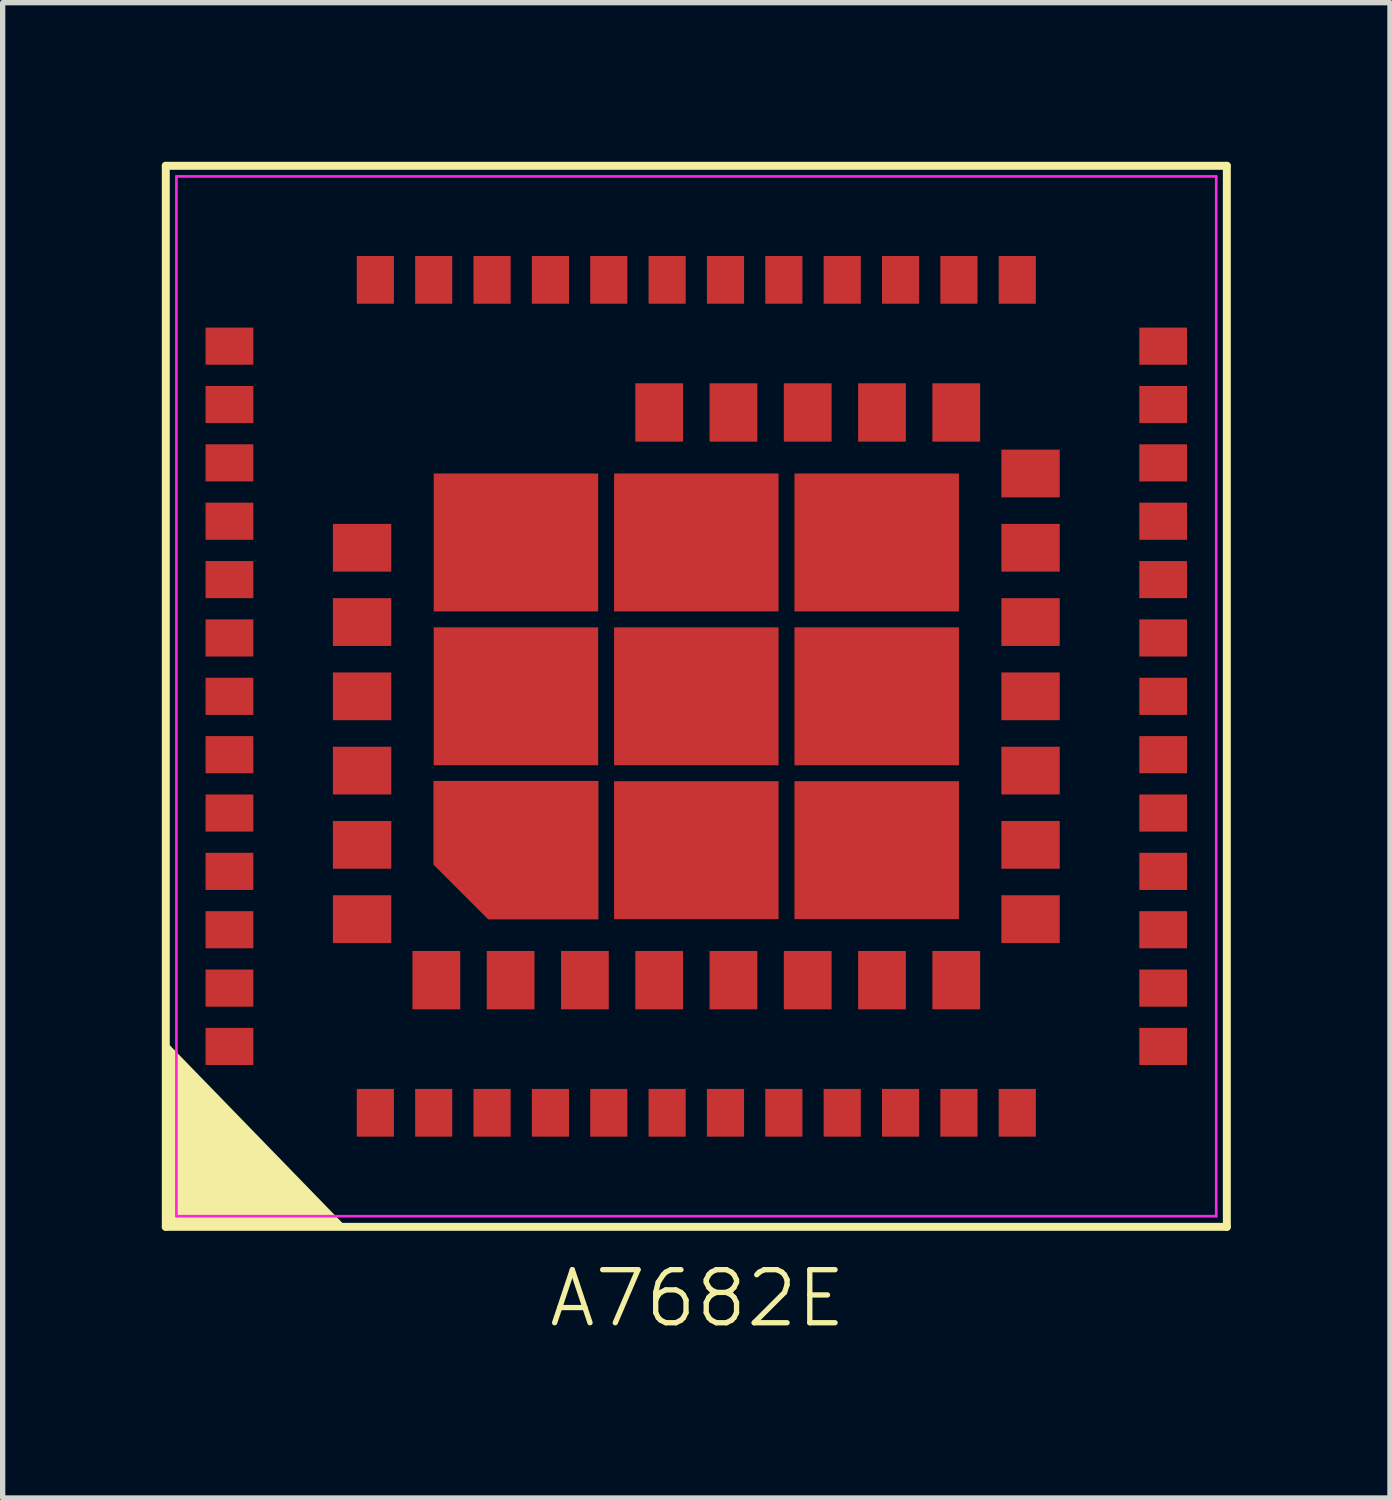
<source format=kicad_pcb>
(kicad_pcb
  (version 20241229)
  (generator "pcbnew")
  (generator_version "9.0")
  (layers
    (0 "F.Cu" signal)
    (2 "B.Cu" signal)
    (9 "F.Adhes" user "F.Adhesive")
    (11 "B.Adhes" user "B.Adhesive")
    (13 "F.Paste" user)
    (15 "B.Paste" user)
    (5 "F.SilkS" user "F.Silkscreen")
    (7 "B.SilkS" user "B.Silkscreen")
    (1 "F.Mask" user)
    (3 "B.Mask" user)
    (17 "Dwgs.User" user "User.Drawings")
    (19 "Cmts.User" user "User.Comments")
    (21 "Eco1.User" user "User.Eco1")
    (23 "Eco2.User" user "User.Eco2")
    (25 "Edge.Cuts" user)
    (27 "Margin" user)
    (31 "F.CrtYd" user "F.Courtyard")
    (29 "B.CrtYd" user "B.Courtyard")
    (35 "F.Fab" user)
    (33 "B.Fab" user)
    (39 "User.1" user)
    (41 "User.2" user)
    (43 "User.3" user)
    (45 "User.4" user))
  (footprint "A7682E"
    (layer "F.Cu")
    (at 10.075 10.075)
    (property "Reference" "A7682E" (at 0.02 11.35 0) (unlocked yes) (layer "F.SilkS") (effects (font (size 1 1) (thickness 0.1))))
    (fp_poly (pts (xy -3.961 4.3) (xy -1.75 4.3) (xy -1.75 1.5) (xy -5.05 1.5) (xy -5.05 3.211)) (stroke (width 0.01) (type solid)) (fill yes) (layer "F.Mask"))
    (fp_line (start -10 -10) (end -10 10) (stroke (width 0.15) (type solid)) (layer "F.SilkS"))
    (fp_line (start -10 10) (end 10 10) (stroke (width 0.15) (type solid)) (layer "F.SilkS"))
    (fp_line (start 10 -10) (end -10 -10) (stroke (width 0.15) (type solid)) (layer "F.SilkS"))
    (fp_line (start 10 10) (end 10 -10) (stroke (width 0.15) (type solid)) (layer "F.SilkS"))
    (fp_poly (pts (xy -10 10) (xy -6.6 10) (xy -10 6.5)) (stroke (width 0) (type default)) (fill yes) (layer "F.SilkS"))
    (fp_rect (start -9.17 -6.87) (end -8.85 -6.33) (stroke (width 0.01) (type solid)) (fill yes) (layer "F.Paste"))
    (fp_rect (start -9.17 -5.77) (end -8.85 -5.23) (stroke (width 0.01) (type solid)) (fill yes) (layer "F.Paste"))
    (fp_rect (start -9.17 -4.67) (end -8.85 -4.13) (stroke (width 0.01) (type solid)) (fill yes) (layer "F.Paste"))
    (fp_rect (start -9.17 -3.57) (end -8.85 -3.03) (stroke (width 0.01) (type solid)) (fill yes) (layer "F.Paste"))
    (fp_rect (start -9.17 -2.47) (end -8.85 -1.93) (stroke (width 0.01) (type solid)) (fill yes) (layer "F.Paste"))
    (fp_rect (start -9.17 -1.37) (end -8.85 -0.83) (stroke (width 0.01) (type solid)) (fill yes) (layer "F.Paste"))
    (fp_rect (start -9.17 -0.27) (end -8.85 0.27) (stroke (width 0.01) (type solid)) (fill yes) (layer "F.Paste"))
    (fp_rect (start -9.17 0.83) (end -8.85 1.37) (stroke (width 0.01) (type solid)) (fill yes) (layer "F.Paste"))
    (fp_rect (start -9.17 1.93) (end -8.85 2.47) (stroke (width 0.01) (type solid)) (fill yes) (layer "F.Paste"))
    (fp_rect (start -9.17 3.03) (end -8.85 3.57) (stroke (width 0.01) (type solid)) (fill yes) (layer "F.Paste"))
    (fp_rect (start -9.17 4.13) (end -8.85 4.67) (stroke (width 0.01) (type solid)) (fill yes) (layer "F.Paste"))
    (fp_rect (start -9.17 5.23) (end -8.85 5.77) (stroke (width 0.01) (type solid)) (fill yes) (layer "F.Paste"))
    (fp_rect (start -9.17 6.33) (end -8.85 6.87) (stroke (width 0.01) (type solid)) (fill yes) (layer "F.Paste"))
    (fp_rect (start -8.75 -6.87) (end -8.43 -6.33) (stroke (width 0.01) (type solid)) (fill yes) (layer "F.Paste"))
    (fp_rect (start -8.75 -5.77) (end -8.43 -5.23) (stroke (width 0.01) (type solid)) (fill yes) (layer "F.Paste"))
    (fp_rect (start -8.75 -4.67) (end -8.43 -4.13) (stroke (width 0.01) (type solid)) (fill yes) (layer "F.Paste"))
    (fp_rect (start -8.75 -3.57) (end -8.43 -3.03) (stroke (width 0.01) (type solid)) (fill yes) (layer "F.Paste"))
    (fp_rect (start -8.75 -2.47) (end -8.43 -1.93) (stroke (width 0.01) (type solid)) (fill yes) (layer "F.Paste"))
    (fp_rect (start -8.75 -1.37) (end -8.43 -0.83) (stroke (width 0.01) (type solid)) (fill yes) (layer "F.Paste"))
    (fp_rect (start -8.75 -0.27) (end -8.43 0.27) (stroke (width 0.01) (type solid)) (fill yes) (layer "F.Paste"))
    (fp_rect (start -8.75 0.83) (end -8.43 1.37) (stroke (width 0.01) (type solid)) (fill yes) (layer "F.Paste"))
    (fp_rect (start -8.75 1.93) (end -8.43 2.47) (stroke (width 0.01) (type solid)) (fill yes) (layer "F.Paste"))
    (fp_rect (start -8.75 3.03) (end -8.43 3.57) (stroke (width 0.01) (type solid)) (fill yes) (layer "F.Paste"))
    (fp_rect (start -8.75 4.13) (end -8.43 4.67) (stroke (width 0.01) (type solid)) (fill yes) (layer "F.Paste"))
    (fp_rect (start -8.75 5.23) (end -8.43 5.77) (stroke (width 0.01) (type solid)) (fill yes) (layer "F.Paste"))
    (fp_rect (start -8.75 6.33) (end -8.43 6.87) (stroke (width 0.01) (type solid)) (fill yes) (layer "F.Paste"))
    (fp_rect (start -6.78 -3.15) (end -6.35 -2.85) (stroke (width 0.01) (type solid)) (fill yes) (layer "F.Paste"))
    (fp_rect (start -6.78 -2.75) (end -6.35 -2.45) (stroke (width 0.01) (type solid)) (fill yes) (layer "F.Paste"))
    (fp_rect (start -6.78 -1.75) (end -6.35 -1.45) (stroke (width 0.01) (type solid)) (fill yes) (layer "F.Paste"))
    (fp_rect (start -6.78 -1.35) (end -6.35 -1.05) (stroke (width 0.01) (type solid)) (fill yes) (layer "F.Paste"))
    (fp_rect (start -6.78 -0.35) (end -6.35 -0.05) (stroke (width 0.01) (type solid)) (fill yes) (layer "F.Paste"))
    (fp_rect (start -6.78 0.05) (end -6.35 0.35) (stroke (width 0.01) (type solid)) (fill yes) (layer "F.Paste"))
    (fp_rect (start -6.78 1.05) (end -6.35 1.35) (stroke (width 0.01) (type solid)) (fill yes) (layer "F.Paste"))
    (fp_rect (start -6.78 1.45) (end -6.35 1.75) (stroke (width 0.01) (type solid)) (fill yes) (layer "F.Paste"))
    (fp_rect (start -6.78 2.45) (end -6.35 2.75) (stroke (width 0.01) (type solid)) (fill yes) (layer "F.Paste"))
    (fp_rect (start -6.78 2.85) (end -6.35 3.15) (stroke (width 0.01) (type solid)) (fill yes) (layer "F.Paste"))
    (fp_rect (start -6.78 3.85) (end -6.35 4.15) (stroke (width 0.01) (type solid)) (fill yes) (layer "F.Paste"))
    (fp_rect (start -6.78 4.25) (end -6.35 4.55) (stroke (width 0.01) (type solid)) (fill yes) (layer "F.Paste"))
    (fp_rect (start -6.32 -8.22) (end -5.78 -7.9) (stroke (width 0.01) (type solid)) (fill yes) (layer "F.Paste"))
    (fp_rect (start -6.32 -7.8) (end -5.78 -7.48) (stroke (width 0.01) (type solid)) (fill yes) (layer "F.Paste"))
    (fp_rect (start -6.32 7.48) (end -5.78 7.8) (stroke (width 0.01) (type solid)) (fill yes) (layer "F.Paste"))
    (fp_rect (start -6.32 7.9) (end -5.78 8.22) (stroke (width 0.01) (type solid)) (fill yes) (layer "F.Paste"))
    (fp_rect (start -6.25 -3.15) (end -5.82 -2.85) (stroke (width 0.01) (type solid)) (fill yes) (layer "F.Paste"))
    (fp_rect (start -6.25 -2.75) (end -5.82 -2.45) (stroke (width 0.01) (type solid)) (fill yes) (layer "F.Paste"))
    (fp_rect (start -6.25 -1.75) (end -5.82 -1.45) (stroke (width 0.01) (type solid)) (fill yes) (layer "F.Paste"))
    (fp_rect (start -6.25 -1.35) (end -5.82 -1.05) (stroke (width 0.01) (type solid)) (fill yes) (layer "F.Paste"))
    (fp_rect (start -6.25 -0.35) (end -5.82 -0.05) (stroke (width 0.01) (type solid)) (fill yes) (layer "F.Paste"))
    (fp_rect (start -6.25 0.05) (end -5.82 0.35) (stroke (width 0.01) (type solid)) (fill yes) (layer "F.Paste"))
    (fp_rect (start -6.25 1.05) (end -5.82 1.35) (stroke (width 0.01) (type solid)) (fill yes) (layer "F.Paste"))
    (fp_rect (start -6.25 1.45) (end -5.82 1.75) (stroke (width 0.01) (type solid)) (fill yes) (layer "F.Paste"))
    (fp_rect (start -6.25 2.45) (end -5.82 2.75) (stroke (width 0.01) (type solid)) (fill yes) (layer "F.Paste"))
    (fp_rect (start -6.25 2.85) (end -5.82 3.15) (stroke (width 0.01) (type solid)) (fill yes) (layer "F.Paste"))
    (fp_rect (start -6.25 3.85) (end -5.82 4.15) (stroke (width 0.01) (type solid)) (fill yes) (layer "F.Paste"))
    (fp_rect (start -6.25 4.25) (end -5.82 4.55) (stroke (width 0.01) (type solid)) (fill yes) (layer "F.Paste"))
    (fp_rect (start -5.25 4.87) (end -4.95 5.3) (stroke (width 0.01) (type solid)) (fill yes) (layer "F.Paste"))
    (fp_rect (start -5.25 5.4) (end -4.95 5.83) (stroke (width 0.01) (type solid)) (fill yes) (layer "F.Paste"))
    (fp_rect (start -5.22 -8.22) (end -4.68 -7.9) (stroke (width 0.01) (type solid)) (fill yes) (layer "F.Paste"))
    (fp_rect (start -5.22 -7.8) (end -4.68 -7.48) (stroke (width 0.01) (type solid)) (fill yes) (layer "F.Paste"))
    (fp_rect (start -5.22 7.48) (end -4.68 7.8) (stroke (width 0.01) (type solid)) (fill yes) (layer "F.Paste"))
    (fp_rect (start -5.22 7.9) (end -4.68 8.22) (stroke (width 0.01) (type solid)) (fill yes) (layer "F.Paste"))
    (fp_rect (start -4.85 4.87) (end -4.55 5.3) (stroke (width 0.01) (type solid)) (fill yes) (layer "F.Paste"))
    (fp_rect (start -4.85 5.4) (end -4.55 5.83) (stroke (width 0.01) (type solid)) (fill yes) (layer "F.Paste"))
    (fp_rect (start -4.65 -3.9) (end -3.7 -3.2) (stroke (width 0.01) (type solid)) (fill yes) (layer "F.Paste"))
    (fp_rect (start -4.65 -2.6) (end -3.7 -1.9) (stroke (width 0.01) (type solid)) (fill yes) (layer "F.Paste"))
    (fp_rect (start -4.65 -1) (end -3.7 -0.3) (stroke (width 0.01) (type solid)) (fill yes) (layer "F.Paste"))
    (fp_rect (start -4.65 0.3) (end -3.7 1) (stroke (width 0.01) (type solid)) (fill yes) (layer "F.Paste"))
    (fp_rect (start -4.65 1.85) (end -3.7 2.55) (stroke (width 0.01) (type solid)) (fill yes) (layer "F.Paste"))
    (fp_rect (start -4.12 -8.22) (end -3.58 -7.9) (stroke (width 0.01) (type solid)) (fill yes) (layer "F.Paste"))
    (fp_rect (start -4.12 -7.8) (end -3.58 -7.48) (stroke (width 0.01) (type solid)) (fill yes) (layer "F.Paste"))
    (fp_rect (start -4.12 7.48) (end -3.58 7.8) (stroke (width 0.01) (type solid)) (fill yes) (layer "F.Paste"))
    (fp_rect (start -4.12 7.9) (end -3.58 8.22) (stroke (width 0.01) (type solid)) (fill yes) (layer "F.Paste"))
    (fp_rect (start -3.85 4.87) (end -3.55 5.3) (stroke (width 0.01) (type solid)) (fill yes) (layer "F.Paste"))
    (fp_rect (start -3.85 5.4) (end -3.55 5.83) (stroke (width 0.01) (type solid)) (fill yes) (layer "F.Paste"))
    (fp_rect (start -3.45 4.87) (end -3.15 5.3) (stroke (width 0.01) (type solid)) (fill yes) (layer "F.Paste"))
    (fp_rect (start -3.45 5.4) (end -3.15 5.83) (stroke (width 0.01) (type solid)) (fill yes) (layer "F.Paste"))
    (fp_rect (start -3.1 -3.9) (end -2.15 -3.2) (stroke (width 0.01) (type solid)) (fill yes) (layer "F.Paste"))
    (fp_rect (start -3.1 -2.6) (end -2.15 -1.9) (stroke (width 0.01) (type solid)) (fill yes) (layer "F.Paste"))
    (fp_rect (start -3.1 -1) (end -2.15 -0.3) (stroke (width 0.01) (type solid)) (fill yes) (layer "F.Paste"))
    (fp_rect (start -3.1 0.3) (end -2.15 1) (stroke (width 0.01) (type solid)) (fill yes) (layer "F.Paste"))
    (fp_rect (start -3.1 1.85) (end -2.15 2.55) (stroke (width 0.01) (type solid)) (fill yes) (layer "F.Paste"))
    (fp_rect (start -3.1 3.15) (end -2.15 3.85) (stroke (width 0.01) (type solid)) (fill yes) (layer "F.Paste"))
    (fp_rect (start -3.02 -8.22) (end -2.48 -7.9) (stroke (width 0.01) (type solid)) (fill yes) (layer "F.Paste"))
    (fp_rect (start -3.02 -7.8) (end -2.48 -7.48) (stroke (width 0.01) (type solid)) (fill yes) (layer "F.Paste"))
    (fp_rect (start -3.02 7.48) (end -2.48 7.8) (stroke (width 0.01) (type solid)) (fill yes) (layer "F.Paste"))
    (fp_rect (start -3.02 7.9) (end -2.48 8.22) (stroke (width 0.01) (type solid)) (fill yes) (layer "F.Paste"))
    (fp_rect (start -2.45 4.87) (end -2.15 5.3) (stroke (width 0.01) (type solid)) (fill yes) (layer "F.Paste"))
    (fp_rect (start -2.45 5.4) (end -2.15 5.83) (stroke (width 0.01) (type solid)) (fill yes) (layer "F.Paste"))
    (fp_rect (start -2.05 4.87) (end -1.75 5.3) (stroke (width 0.01) (type solid)) (fill yes) (layer "F.Paste"))
    (fp_rect (start -2.05 5.4) (end -1.75 5.83) (stroke (width 0.01) (type solid)) (fill yes) (layer "F.Paste"))
    (fp_rect (start -1.92 -8.22) (end -1.38 -7.9) (stroke (width 0.01) (type solid)) (fill yes) (layer "F.Paste"))
    (fp_rect (start -1.92 -7.8) (end -1.38 -7.48) (stroke (width 0.01) (type solid)) (fill yes) (layer "F.Paste"))
    (fp_rect (start -1.92 7.48) (end -1.38 7.8) (stroke (width 0.01) (type solid)) (fill yes) (layer "F.Paste"))
    (fp_rect (start -1.92 7.9) (end -1.38 8.22) (stroke (width 0.01) (type solid)) (fill yes) (layer "F.Paste"))
    (fp_rect (start -1.25 -3.9) (end -0.3 -3.2) (stroke (width 0.01) (type solid)) (fill yes) (layer "F.Paste"))
    (fp_rect (start -1.25 -2.6) (end -0.3 -1.9) (stroke (width 0.01) (type solid)) (fill yes) (layer "F.Paste"))
    (fp_rect (start -1.25 -1) (end -0.3 -0.3) (stroke (width 0.01) (type solid)) (fill yes) (layer "F.Paste"))
    (fp_rect (start -1.25 0.3) (end -0.3 1) (stroke (width 0.01) (type solid)) (fill yes) (layer "F.Paste"))
    (fp_rect (start -1.25 1.9) (end -0.3 2.6) (stroke (width 0.01) (type solid)) (fill yes) (layer "F.Paste"))
    (fp_rect (start -1.25 3.2) (end -0.3 3.9) (stroke (width 0.01) (type solid)) (fill yes) (layer "F.Paste"))
    (fp_rect (start -1.05 -5.83) (end -0.75 -5.4) (stroke (width 0.01) (type solid)) (fill yes) (layer "F.Paste"))
    (fp_rect (start -1.05 -5.3) (end -0.75 -4.87) (stroke (width 0.01) (type solid)) (fill yes) (layer "F.Paste"))
    (fp_rect (start -1.05 4.87) (end -0.75 5.3) (stroke (width 0.01) (type solid)) (fill yes) (layer "F.Paste"))
    (fp_rect (start -1.05 5.4) (end -0.75 5.83) (stroke (width 0.01) (type solid)) (fill yes) (layer "F.Paste"))
    (fp_rect (start -0.82 -8.22) (end -0.28 -7.9) (stroke (width 0.01) (type solid)) (fill yes) (layer "F.Paste"))
    (fp_rect (start -0.82 -7.8) (end -0.28 -7.48) (stroke (width 0.01) (type solid)) (fill yes) (layer "F.Paste"))
    (fp_rect (start -0.82 7.48) (end -0.28 7.8) (stroke (width 0.01) (type solid)) (fill yes) (layer "F.Paste"))
    (fp_rect (start -0.82 7.9) (end -0.28 8.22) (stroke (width 0.01) (type solid)) (fill yes) (layer "F.Paste"))
    (fp_rect (start -0.65 -5.83) (end -0.35 -5.4) (stroke (width 0.01) (type solid)) (fill yes) (layer "F.Paste"))
    (fp_rect (start -0.65 -5.3) (end -0.35 -4.87) (stroke (width 0.01) (type solid)) (fill yes) (layer "F.Paste"))
    (fp_rect (start -0.65 4.87) (end -0.35 5.3) (stroke (width 0.01) (type solid)) (fill yes) (layer "F.Paste"))
    (fp_rect (start -0.65 5.4) (end -0.35 5.83) (stroke (width 0.01) (type solid)) (fill yes) (layer "F.Paste"))
    (fp_rect (start 0.28 -8.22) (end 0.82 -7.9) (stroke (width 0.01) (type solid)) (fill yes) (layer "F.Paste"))
    (fp_rect (start 0.28 -7.8) (end 0.82 -7.48) (stroke (width 0.01) (type solid)) (fill yes) (layer "F.Paste"))
    (fp_rect (start 0.28 7.48) (end 0.82 7.8) (stroke (width 0.01) (type solid)) (fill yes) (layer "F.Paste"))
    (fp_rect (start 0.28 7.9) (end 0.82 8.22) (stroke (width 0.01) (type solid)) (fill yes) (layer "F.Paste"))
    (fp_rect (start 0.3 -3.9) (end 1.25 -3.2) (stroke (width 0.01) (type solid)) (fill yes) (layer "F.Paste"))
    (fp_rect (start 0.3 -2.6) (end 1.25 -1.9) (stroke (width 0.01) (type solid)) (fill yes) (layer "F.Paste"))
    (fp_rect (start 0.3 -1) (end 1.25 -0.3) (stroke (width 0.01) (type solid)) (fill yes) (layer "F.Paste"))
    (fp_rect (start 0.3 0.3) (end 1.25 1) (stroke (width 0.01) (type solid)) (fill yes) (layer "F.Paste"))
    (fp_rect (start 0.3 1.9) (end 1.25 2.6) (stroke (width 0.01) (type solid)) (fill yes) (layer "F.Paste"))
    (fp_rect (start 0.3 3.2) (end 1.25 3.9) (stroke (width 0.01) (type solid)) (fill yes) (layer "F.Paste"))
    (fp_rect (start 0.35 -5.83) (end 0.65 -5.4) (stroke (width 0.01) (type solid)) (fill yes) (layer "F.Paste"))
    (fp_rect (start 0.35 -5.3) (end 0.65 -4.87) (stroke (width 0.01) (type solid)) (fill yes) (layer "F.Paste"))
    (fp_rect (start 0.35 4.87) (end 0.65 5.3) (stroke (width 0.01) (type solid)) (fill yes) (layer "F.Paste"))
    (fp_rect (start 0.35 5.4) (end 0.65 5.83) (stroke (width 0.01) (type solid)) (fill yes) (layer "F.Paste"))
    (fp_rect (start 0.75 -5.83) (end 1.05 -5.4) (stroke (width 0.01) (type solid)) (fill yes) (layer "F.Paste"))
    (fp_rect (start 0.75 -5.3) (end 1.05 -4.87) (stroke (width 0.01) (type solid)) (fill yes) (layer "F.Paste"))
    (fp_rect (start 0.75 4.87) (end 1.05 5.3) (stroke (width 0.01) (type solid)) (fill yes) (layer "F.Paste"))
    (fp_rect (start 0.75 5.4) (end 1.05 5.83) (stroke (width 0.01) (type solid)) (fill yes) (layer "F.Paste"))
    (fp_rect (start 1.38 -8.22) (end 1.92 -7.9) (stroke (width 0.01) (type solid)) (fill yes) (layer "F.Paste"))
    (fp_rect (start 1.38 -7.8) (end 1.92 -7.48) (stroke (width 0.01) (type solid)) (fill yes) (layer "F.Paste"))
    (fp_rect (start 1.38 7.48) (end 1.92 7.8) (stroke (width 0.01) (type solid)) (fill yes) (layer "F.Paste"))
    (fp_rect (start 1.38 7.9) (end 1.92 8.22) (stroke (width 0.01) (type solid)) (fill yes) (layer "F.Paste"))
    (fp_rect (start 1.75 -5.83) (end 2.05 -5.4) (stroke (width 0.01) (type solid)) (fill yes) (layer "F.Paste"))
    (fp_rect (start 1.75 -5.3) (end 2.05 -4.87) (stroke (width 0.01) (type solid)) (fill yes) (layer "F.Paste"))
    (fp_rect (start 1.75 4.87) (end 2.05 5.3) (stroke (width 0.01) (type solid)) (fill yes) (layer "F.Paste"))
    (fp_rect (start 1.75 5.4) (end 2.05 5.83) (stroke (width 0.01) (type solid)) (fill yes) (layer "F.Paste"))
    (fp_rect (start 2.15 -5.83) (end 2.45 -5.4) (stroke (width 0.01) (type solid)) (fill yes) (layer "F.Paste"))
    (fp_rect (start 2.15 -5.3) (end 2.45 -4.87) (stroke (width 0.01) (type solid)) (fill yes) (layer "F.Paste"))
    (fp_rect (start 2.15 -3.9) (end 3.1 -3.2) (stroke (width 0.01) (type solid)) (fill yes) (layer "F.Paste"))
    (fp_rect (start 2.15 -2.6) (end 3.1 -1.9) (stroke (width 0.01) (type solid)) (fill yes) (layer "F.Paste"))
    (fp_rect (start 2.15 -1) (end 3.1 -0.3) (stroke (width 0.01) (type solid)) (fill yes) (layer "F.Paste"))
    (fp_rect (start 2.15 0.3) (end 3.1 1) (stroke (width 0.01) (type solid)) (fill yes) (layer "F.Paste"))
    (fp_rect (start 2.15 1.9) (end 3.1 2.6) (stroke (width 0.01) (type solid)) (fill yes) (layer "F.Paste"))
    (fp_rect (start 2.15 3.2) (end 3.1 3.9) (stroke (width 0.01) (type solid)) (fill yes) (layer "F.Paste"))
    (fp_rect (start 2.15 4.87) (end 2.45 5.3) (stroke (width 0.01) (type solid)) (fill yes) (layer "F.Paste"))
    (fp_rect (start 2.15 5.4) (end 2.45 5.83) (stroke (width 0.01) (type solid)) (fill yes) (layer "F.Paste"))
    (fp_rect (start 2.48 -8.22) (end 3.02 -7.9) (stroke (width 0.01) (type solid)) (fill yes) (layer "F.Paste"))
    (fp_rect (start 2.48 -7.8) (end 3.02 -7.48) (stroke (width 0.01) (type solid)) (fill yes) (layer "F.Paste"))
    (fp_rect (start 2.48 7.48) (end 3.02 7.8) (stroke (width 0.01) (type solid)) (fill yes) (layer "F.Paste"))
    (fp_rect (start 2.48 7.9) (end 3.02 8.22) (stroke (width 0.01) (type solid)) (fill yes) (layer "F.Paste"))
    (fp_rect (start 3.15 -5.83) (end 3.45 -5.4) (stroke (width 0.01) (type solid)) (fill yes) (layer "F.Paste"))
    (fp_rect (start 3.15 -5.3) (end 3.45 -4.87) (stroke (width 0.01) (type solid)) (fill yes) (layer "F.Paste"))
    (fp_rect (start 3.15 4.87) (end 3.45 5.3) (stroke (width 0.01) (type solid)) (fill yes) (layer "F.Paste"))
    (fp_rect (start 3.15 5.4) (end 3.45 5.83) (stroke (width 0.01) (type solid)) (fill yes) (layer "F.Paste"))
    (fp_rect (start 3.55 -5.83) (end 3.85 -5.4) (stroke (width 0.01) (type solid)) (fill yes) (layer "F.Paste"))
    (fp_rect (start 3.55 -5.3) (end 3.85 -4.87) (stroke (width 0.01) (type solid)) (fill yes) (layer "F.Paste"))
    (fp_rect (start 3.55 4.87) (end 3.85 5.3) (stroke (width 0.01) (type solid)) (fill yes) (layer "F.Paste"))
    (fp_rect (start 3.55 5.4) (end 3.85 5.83) (stroke (width 0.01) (type solid)) (fill yes) (layer "F.Paste"))
    (fp_rect (start 3.58 -8.22) (end 4.12 -7.9) (stroke (width 0.01) (type solid)) (fill yes) (layer "F.Paste"))
    (fp_rect (start 3.58 -7.8) (end 4.12 -7.48) (stroke (width 0.01) (type solid)) (fill yes) (layer "F.Paste"))
    (fp_rect (start 3.58 7.48) (end 4.12 7.8) (stroke (width 0.01) (type solid)) (fill yes) (layer "F.Paste"))
    (fp_rect (start 3.58 7.9) (end 4.12 8.22) (stroke (width 0.01) (type solid)) (fill yes) (layer "F.Paste"))
    (fp_rect (start 3.7 -3.9) (end 4.65 -3.2) (stroke (width 0.01) (type solid)) (fill yes) (layer "F.Paste"))
    (fp_rect (start 3.7 -2.6) (end 4.65 -1.9) (stroke (width 0.01) (type solid)) (fill yes) (layer "F.Paste"))
    (fp_rect (start 3.7 -1) (end 4.65 -0.3) (stroke (width 0.01) (type solid)) (fill yes) (layer "F.Paste"))
    (fp_rect (start 3.7 0.3) (end 4.65 1) (stroke (width 0.01) (type solid)) (fill yes) (layer "F.Paste"))
    (fp_rect (start 3.7 1.9) (end 4.65 2.6) (stroke (width 0.01) (type solid)) (fill yes) (layer "F.Paste"))
    (fp_rect (start 3.7 3.2) (end 4.65 3.9) (stroke (width 0.01) (type solid)) (fill yes) (layer "F.Paste"))
    (fp_rect (start 4.55 -5.83) (end 4.85 -5.4) (stroke (width 0.01) (type solid)) (fill yes) (layer "F.Paste"))
    (fp_rect (start 4.55 -5.3) (end 4.85 -4.87) (stroke (width 0.01) (type solid)) (fill yes) (layer "F.Paste"))
    (fp_rect (start 4.55 4.87) (end 4.85 5.3) (stroke (width 0.01) (type solid)) (fill yes) (layer "F.Paste"))
    (fp_rect (start 4.55 5.4) (end 4.85 5.83) (stroke (width 0.01) (type solid)) (fill yes) (layer "F.Paste"))
    (fp_rect (start 4.68 -8.22) (end 5.22 -7.9) (stroke (width 0.01) (type solid)) (fill yes) (layer "F.Paste"))
    (fp_rect (start 4.68 -7.8) (end 5.22 -7.48) (stroke (width 0.01) (type solid)) (fill yes) (layer "F.Paste"))
    (fp_rect (start 4.68 7.48) (end 5.22 7.8) (stroke (width 0.01) (type solid)) (fill yes) (layer "F.Paste"))
    (fp_rect (start 4.68 7.9) (end 5.22 8.22) (stroke (width 0.01) (type solid)) (fill yes) (layer "F.Paste"))
    (fp_rect (start 4.95 -5.83) (end 5.25 -5.4) (stroke (width 0.01) (type solid)) (fill yes) (layer "F.Paste"))
    (fp_rect (start 4.95 -5.3) (end 5.25 -4.87) (stroke (width 0.01) (type solid)) (fill yes) (layer "F.Paste"))
    (fp_rect (start 4.95 4.87) (end 5.25 5.3) (stroke (width 0.01) (type solid)) (fill yes) (layer "F.Paste"))
    (fp_rect (start 4.95 5.4) (end 5.25 5.83) (stroke (width 0.01) (type solid)) (fill yes) (layer "F.Paste"))
    (fp_rect (start 5.78 -8.22) (end 6.32 -7.9) (stroke (width 0.01) (type solid)) (fill yes) (layer "F.Paste"))
    (fp_rect (start 5.78 -7.8) (end 6.32 -7.48) (stroke (width 0.01) (type solid)) (fill yes) (layer "F.Paste"))
    (fp_rect (start 5.78 7.48) (end 6.32 7.8) (stroke (width 0.01) (type solid)) (fill yes) (layer "F.Paste"))
    (fp_rect (start 5.78 7.9) (end 6.32 8.22) (stroke (width 0.01) (type solid)) (fill yes) (layer "F.Paste"))
    (fp_rect (start 5.82 -4.55) (end 6.25 -4.25) (stroke (width 0.01) (type solid)) (fill yes) (layer "F.Paste"))
    (fp_rect (start 5.82 -4.15) (end 6.25 -3.85) (stroke (width 0.01) (type solid)) (fill yes) (layer "F.Paste"))
    (fp_rect (start 5.82 -3.15) (end 6.25 -2.85) (stroke (width 0.01) (type solid)) (fill yes) (layer "F.Paste"))
    (fp_rect (start 5.82 -2.75) (end 6.25 -2.45) (stroke (width 0.01) (type solid)) (fill yes) (layer "F.Paste"))
    (fp_rect (start 5.82 -1.75) (end 6.25 -1.45) (stroke (width 0.01) (type solid)) (fill yes) (layer "F.Paste"))
    (fp_rect (start 5.82 -1.35) (end 6.25 -1.05) (stroke (width 0.01) (type solid)) (fill yes) (layer "F.Paste"))
    (fp_rect (start 5.82 -0.35) (end 6.25 -0.05) (stroke (width 0.01) (type solid)) (fill yes) (layer "F.Paste"))
    (fp_rect (start 5.82 0.05) (end 6.25 0.35) (stroke (width 0.01) (type solid)) (fill yes) (layer "F.Paste"))
    (fp_rect (start 5.82 1.05) (end 6.25 1.35) (stroke (width 0.01) (type solid)) (fill yes) (layer "F.Paste"))
    (fp_rect (start 5.82 1.45) (end 6.25 1.75) (stroke (width 0.01) (type solid)) (fill yes) (layer "F.Paste"))
    (fp_rect (start 5.82 2.45) (end 6.25 2.75) (stroke (width 0.01) (type solid)) (fill yes) (layer "F.Paste"))
    (fp_rect (start 5.82 2.85) (end 6.25 3.15) (stroke (width 0.01) (type solid)) (fill yes) (layer "F.Paste"))
    (fp_rect (start 5.82 3.85) (end 6.25 4.15) (stroke (width 0.01) (type solid)) (fill yes) (layer "F.Paste"))
    (fp_rect (start 5.82 4.25) (end 6.25 4.55) (stroke (width 0.01) (type solid)) (fill yes) (layer "F.Paste"))
    (fp_rect (start 6.35 -4.55) (end 6.78 -4.25) (stroke (width 0.01) (type solid)) (fill yes) (layer "F.Paste"))
    (fp_rect (start 6.35 -4.15) (end 6.78 -3.85) (stroke (width 0.01) (type solid)) (fill yes) (layer "F.Paste"))
    (fp_rect (start 6.35 -3.15) (end 6.78 -2.85) (stroke (width 0.01) (type solid)) (fill yes) (layer "F.Paste"))
    (fp_rect (start 6.35 -2.75) (end 6.78 -2.45) (stroke (width 0.01) (type solid)) (fill yes) (layer "F.Paste"))
    (fp_rect (start 6.35 -1.75) (end 6.78 -1.45) (stroke (width 0.01) (type solid)) (fill yes) (layer "F.Paste"))
    (fp_rect (start 6.35 -1.35) (end 6.78 -1.05) (stroke (width 0.01) (type solid)) (fill yes) (layer "F.Paste"))
    (fp_rect (start 6.35 -0.35) (end 6.78 -0.05) (stroke (width 0.01) (type solid)) (fill yes) (layer "F.Paste"))
    (fp_rect (start 6.35 0.05) (end 6.78 0.35) (stroke (width 0.01) (type solid)) (fill yes) (layer "F.Paste"))
    (fp_rect (start 6.35 1.05) (end 6.78 1.35) (stroke (width 0.01) (type solid)) (fill yes) (layer "F.Paste"))
    (fp_rect (start 6.35 1.45) (end 6.78 1.75) (stroke (width 0.01) (type solid)) (fill yes) (layer "F.Paste"))
    (fp_rect (start 6.35 2.45) (end 6.78 2.75) (stroke (width 0.01) (type solid)) (fill yes) (layer "F.Paste"))
    (fp_rect (start 6.35 2.85) (end 6.78 3.15) (stroke (width 0.01) (type solid)) (fill yes) (layer "F.Paste"))
    (fp_rect (start 6.35 3.85) (end 6.78 4.15) (stroke (width 0.01) (type solid)) (fill yes) (layer "F.Paste"))
    (fp_rect (start 6.35 4.25) (end 6.78 4.55) (stroke (width 0.01) (type solid)) (fill yes) (layer "F.Paste"))
    (fp_rect (start 8.43 -6.87) (end 8.75 -6.33) (stroke (width 0.01) (type solid)) (fill yes) (layer "F.Paste"))
    (fp_rect (start 8.43 -5.77) (end 8.75 -5.23) (stroke (width 0.01) (type solid)) (fill yes) (layer "F.Paste"))
    (fp_rect (start 8.43 -4.67) (end 8.75 -4.13) (stroke (width 0.01) (type solid)) (fill yes) (layer "F.Paste"))
    (fp_rect (start 8.43 -3.57) (end 8.75 -3.03) (stroke (width 0.01) (type solid)) (fill yes) (layer "F.Paste"))
    (fp_rect (start 8.43 -2.47) (end 8.75 -1.93) (stroke (width 0.01) (type solid)) (fill yes) (layer "F.Paste"))
    (fp_rect (start 8.43 -1.37) (end 8.75 -0.83) (stroke (width 0.01) (type solid)) (fill yes) (layer "F.Paste"))
    (fp_rect (start 8.43 -0.27) (end 8.75 0.27) (stroke (width 0.01) (type solid)) (fill yes) (layer "F.Paste"))
    (fp_rect (start 8.43 0.83) (end 8.75 1.37) (stroke (width 0.01) (type solid)) (fill yes) (layer "F.Paste"))
    (fp_rect (start 8.43 1.93) (end 8.75 2.47) (stroke (width 0.01) (type solid)) (fill yes) (layer "F.Paste"))
    (fp_rect (start 8.43 3.03) (end 8.75 3.57) (stroke (width 0.01) (type solid)) (fill yes) (layer "F.Paste"))
    (fp_rect (start 8.43 4.13) (end 8.75 4.67) (stroke (width 0.01) (type solid)) (fill yes) (layer "F.Paste"))
    (fp_rect (start 8.43 5.23) (end 8.75 5.77) (stroke (width 0.01) (type solid)) (fill yes) (layer "F.Paste"))
    (fp_rect (start 8.43 6.33) (end 8.75 6.87) (stroke (width 0.01) (type solid)) (fill yes) (layer "F.Paste"))
    (fp_rect (start 8.85 -6.87) (end 9.17 -6.33) (stroke (width 0.01) (type solid)) (fill yes) (layer "F.Paste"))
    (fp_rect (start 8.85 -5.77) (end 9.17 -5.23) (stroke (width 0.01) (type solid)) (fill yes) (layer "F.Paste"))
    (fp_rect (start 8.85 -4.67) (end 9.17 -4.13) (stroke (width 0.01) (type solid)) (fill yes) (layer "F.Paste"))
    (fp_rect (start 8.85 -3.57) (end 9.17 -3.03) (stroke (width 0.01) (type solid)) (fill yes) (layer "F.Paste"))
    (fp_rect (start 8.85 -2.47) (end 9.17 -1.93) (stroke (width 0.01) (type solid)) (fill yes) (layer "F.Paste"))
    (fp_rect (start 8.85 -1.37) (end 9.17 -0.83) (stroke (width 0.01) (type solid)) (fill yes) (layer "F.Paste"))
    (fp_rect (start 8.85 -0.27) (end 9.17 0.27) (stroke (width 0.01) (type solid)) (fill yes) (layer "F.Paste"))
    (fp_rect (start 8.85 0.83) (end 9.17 1.37) (stroke (width 0.01) (type solid)) (fill yes) (layer "F.Paste"))
    (fp_rect (start 8.85 1.93) (end 9.17 2.47) (stroke (width 0.01) (type solid)) (fill yes) (layer "F.Paste"))
    (fp_rect (start 8.85 3.03) (end 9.17 3.57) (stroke (width 0.01) (type solid)) (fill yes) (layer "F.Paste"))
    (fp_rect (start 8.85 4.13) (end 9.17 4.67) (stroke (width 0.01) (type solid)) (fill yes) (layer "F.Paste"))
    (fp_rect (start 8.85 5.23) (end 9.17 5.77) (stroke (width 0.01) (type solid)) (fill yes) (layer "F.Paste"))
    (fp_rect (start 8.85 6.33) (end 9.17 6.87) (stroke (width 0.01) (type solid)) (fill yes) (layer "F.Paste"))
    (fp_poly (pts (xy -3.95 3.85) (xy -3.7 3.85) (xy -3.7 3.15) (xy -4.65 3.15)) (stroke (width 0.01) (type solid)) (fill yes) (layer "F.Paste"))
    (fp_line (start -9.8 -9.8) (end -9.8 9.8) (stroke (width 0.05) (type solid)) (layer "F.CrtYd"))
    (fp_line (start -9.8 9.8) (end 9.8 9.8) (stroke (width 0.05) (type solid)) (layer "F.CrtYd"))
    (fp_line (start 9.8 -9.8) (end -9.8 -9.8) (stroke (width 0.05) (type solid)) (layer "F.CrtYd"))
    (fp_line (start 9.8 9.8) (end 9.8 -9.8) (stroke (width 0.05) (type solid)) (layer "F.CrtYd"))
    (pad "1" smd rect (at -6.05 7.85 90) (size 0.9 0.7) (layers "F.Cu" "F.Mask"))
    (pad "2" smd rect (at -4.95 7.85 90) (size 0.9 0.7) (layers "F.Cu" "F.Mask"))
    (pad "3" smd rect (at -3.85 7.85 90) (size 0.9 0.7) (layers "F.Cu" "F.Mask"))
    (pad "4" smd rect (at -2.75 7.85 90) (size 0.9 0.7) (layers "F.Cu" "F.Mask"))
    (pad "5" smd rect (at -1.65 7.85 90) (size 0.9 0.7) (layers "F.Cu" "F.Mask"))
    (pad "6" smd rect (at -0.55 7.85 90) (size 0.9 0.7) (layers "F.Cu" "F.Mask"))
    (pad "7" smd rect (at 0.55 7.85 90) (size 0.9 0.7) (layers "F.Cu" "F.Mask"))
    (pad "8" smd rect (at 1.65 7.85 90) (size 0.9 0.7) (layers "F.Cu" "F.Mask"))
    (pad "9" smd rect (at 2.75 7.85 90) (size 0.9 0.7) (layers "F.Cu" "F.Mask"))
    (pad "10" smd rect (at 3.85 7.85 90) (size 0.9 0.7) (layers "F.Cu" "F.Mask"))
    (pad "11" smd rect (at 4.95 7.85 90) (size 0.9 0.7) (layers "F.Cu" "F.Mask"))
    (pad "12" smd rect (at 6.05 7.85 90) (size 0.9 0.7) (layers "F.Cu" "F.Mask"))
    (pad "13" smd rect (at 8.8 4.4 90) (size 0.7 0.9) (layers "F.Cu" "F.Mask"))
    (pad "14" smd rect (at 8.8 3.3 90) (size 0.7 0.9) (layers "F.Cu" "F.Mask"))
    (pad "15" smd rect (at 8.8 2.2 90) (size 0.7 0.9) (layers "F.Cu" "F.Mask"))
    (pad "16" smd rect (at 8.8 1.1 90) (size 0.7 0.9) (layers "F.Cu" "F.Mask"))
    (pad "17" smd rect (at 8.8 0 90) (size 0.7 0.9) (layers "F.Cu" "F.Mask"))
    (pad "18" smd rect (at 8.8 -1.1 90) (size 0.7 0.9) (layers "F.Cu" "F.Mask"))
    (pad "19" smd rect (at 8.8 -2.2 90) (size 0.7 0.9) (layers "F.Cu" "F.Mask"))
    (pad "20" smd rect (at 8.8 -3.3 90) (size 0.7 0.9) (layers "F.Cu" "F.Mask"))
    (pad "21" smd rect (at 8.8 -4.4 90) (size 0.7 0.9) (layers "F.Cu" "F.Mask"))
    (pad "22" smd rect (at 6.05 -7.85 90) (size 0.9 0.7) (layers "F.Cu" "F.Mask"))
    (pad "23" smd rect (at 4.95 -7.85 90) (size 0.9 0.7) (layers "F.Cu" "F.Mask"))
    (pad "24" smd rect (at 3.85 -7.85 90) (size 0.9 0.7) (layers "F.Cu" "F.Mask"))
    (pad "25" smd rect (at 2.75 -7.85 90) (size 0.9 0.7) (layers "F.Cu" "F.Mask"))
    (pad "26" smd rect (at 1.65 -7.85 90) (size 0.9 0.7) (layers "F.Cu" "F.Mask"))
    (pad "27" smd rect (at 0.55 -7.85 90) (size 0.9 0.7) (layers "F.Cu" "F.Mask"))
    (pad "28" smd rect (at -0.55 -7.85 90) (size 0.9 0.7) (layers "F.Cu" "F.Mask"))
    (pad "29" smd rect (at -1.65 -7.85 90) (size 0.9 0.7) (layers "F.Cu" "F.Mask"))
    (pad "30" smd rect (at -2.75 -7.85 90) (size 0.9 0.7) (layers "F.Cu" "F.Mask"))
    (pad "31" smd rect (at -3.85 -7.85 90) (size 0.9 0.7) (layers "F.Cu" "F.Mask"))
    (pad "32" smd rect (at -4.95 -7.85 90) (size 0.9 0.7) (layers "F.Cu" "F.Mask"))
    (pad "33" smd rect (at -6.05 -7.85 90) (size 0.9 0.7) (layers "F.Cu" "F.Mask"))
    (pad "34" smd rect (at -8.8 -4.4 90) (size 0.7 0.9) (layers "F.Cu" "F.Mask"))
    (pad "35" smd rect (at -8.8 -3.3 90) (size 0.7 0.9) (layers "F.Cu" "F.Mask"))
    (pad "36" smd rect (at -8.8 -2.2 90) (size 0.7 0.9) (layers "F.Cu" "F.Mask"))
    (pad "37" smd rect (at -8.8 -1.1 90) (size 0.7 0.9) (layers "F.Cu" "F.Mask"))
    (pad "38" smd rect (at -8.8 0 90) (size 0.7 0.9) (layers "F.Cu" "F.Mask"))
    (pad "39" smd rect (at -8.8 1.1 90) (size 0.7 0.9) (layers "F.Cu" "F.Mask"))
    (pad "40" smd rect (at -8.8 2.2 90) (size 0.7 0.9) (layers "F.Cu" "F.Mask"))
    (pad "41" smd rect (at -8.8 3.3 90) (size 0.7 0.9) (layers "F.Cu" "F.Mask"))
    (pad "42" smd rect (at -8.8 4.4 90) (size 0.7 0.9) (layers "F.Cu" "F.Mask"))
    (pad "43" smd rect (at -4.9 5.35 90) (size 1.1 0.9) (layers "F.Cu" "F.Mask"))
    (pad "44" smd rect (at -3.5 5.35 90) (size 1.1 0.9) (layers "F.Cu" "F.Mask"))
    (pad "45" smd rect (at -2.1 5.35 90) (size 1.1 0.9) (layers "F.Cu" "F.Mask"))
    (pad "46" smd rect (at -0.7 5.35 90) (size 1.1 0.9) (layers "F.Cu" "F.Mask"))
    (pad "47" smd rect (at 0.7 5.35 90) (size 1.1 0.9) (layers "F.Cu" "F.Mask"))
    (pad "48" smd rect (at 2.1 5.35 90) (size 1.1 0.9) (layers "F.Cu" "F.Mask"))
    (pad "49" smd rect (at 3.5 5.35 90) (size 1.1 0.9) (layers "F.Cu" "F.Mask"))
    (pad "50" smd rect (at 4.9 5.35 90) (size 1.1 0.9) (layers "F.Cu" "F.Mask"))
    (pad "51" smd rect (at 6.3 4.2 90) (size 0.9 1.1) (layers "F.Cu" "F.Mask"))
    (pad "52" smd rect (at 6.3 2.8 90) (size 0.9 1.1) (layers "F.Cu" "F.Mask"))
    (pad "53" smd rect (at 6.3 1.4 90) (size 0.9 1.1) (layers "F.Cu" "F.Mask"))
    (pad "54" smd rect (at 6.3 0 90) (size 0.9 1.1) (layers "F.Cu" "F.Mask"))
    (pad "55" smd rect (at 6.3 -1.4 90) (size 0.9 1.1) (layers "F.Cu" "F.Mask"))
    (pad "56" smd rect (at 6.3 -2.8 90) (size 0.9 1.1) (layers "F.Cu" "F.Mask"))
    (pad "57" smd rect (at 6.3 -4.2 90) (size 0.9 1.1) (layers "F.Cu" "F.Mask"))
    (pad "58" smd rect (at 4.9 -5.35 90) (size 1.1 0.9) (layers "F.Cu" "F.Mask"))
    (pad "59" smd rect (at 3.5 -5.35 90) (size 1.1 0.9) (layers "F.Cu" "F.Mask"))
    (pad "60" smd rect (at 2.1 -5.35 90) (size 1.1 0.9) (layers "F.Cu" "F.Mask"))
    (pad "61" smd rect (at 0.7 -5.35 90) (size 1.1 0.9) (layers "F.Cu" "F.Mask"))
    (pad "62" smd rect (at -0.7 -5.35 90) (size 1.1 0.9) (layers "F.Cu" "F.Mask"))
    (pad "63" smd rect (at -6.3 -2.8 90) (size 0.9 1.1) (layers "F.Cu" "F.Mask"))
    (pad "64" smd rect (at -6.3 -1.4 90) (size 0.9 1.1) (layers "F.Cu" "F.Mask"))
    (pad "65" smd rect (at -6.3 0 90) (size 0.9 1.1) (layers "F.Cu" "F.Mask"))
    (pad "66" smd rect (at -6.3 1.4 90) (size 0.9 1.1) (layers "F.Cu" "F.Mask"))
    (pad "67" smd rect (at -6.3 2.8 90) (size 0.9 1.1) (layers "F.Cu" "F.Mask"))
    (pad "68" smd rect (at -6.3 4.2 90) (size 0.9 1.1) (layers "F.Cu" "F.Mask"))
    (pad "69" smd custom (at -3.4 2.9 90) (size 1.5 2) (layers "F.Cu") (options (anchor rect)) (primitives (gr_poly (pts (xy -1.3 -0.52) (xy -1.3 1.55) (xy 1.3 1.55) (xy 1.3 -1.55) (xy -0.27 -1.55)) (width 0.01) (fill yes))))
    (pad "70" smd rect (at 0 2.9 90) (size 2.6 3.1) (layers "F.Cu" "F.Mask"))
    (pad "71" smd rect (at 3.4 2.9 90) (size 2.6 3.1) (layers "F.Cu" "F.Mask"))
    (pad "72" smd rect (at 3.4 0 90) (size 2.6 3.1) (layers "F.Cu" "F.Mask"))
    (pad "73" smd rect (at 3.4 -2.9 90) (size 2.6 3.1) (layers "F.Cu" "F.Mask"))
    (pad "74" smd rect (at 0 -2.9 90) (size 2.6 3.1) (layers "F.Cu" "F.Mask"))
    (pad "75" smd rect (at -3.4 -2.9 90) (size 2.6 3.1) (layers "F.Cu" "F.Mask"))
    (pad "76" smd rect (at -3.4 0 90) (size 2.6 3.1) (layers "F.Cu" "F.Mask"))
    (pad "77" smd rect (at 0 0 90) (size 2.6 3.1) (layers "F.Cu" "F.Mask"))
    (pad "78" smd rect (at 8.8 6.6 90) (size 0.7 0.9) (layers "F.Cu" "F.Mask"))
    (pad "79" smd rect (at 8.8 5.5 90) (size 0.7 0.9) (layers "F.Cu" "F.Mask"))
    (pad "80" smd rect (at 8.8 -6.6 90) (size 0.7 0.9) (layers "F.Cu" "F.Mask"))
    (pad "81" smd rect (at 8.8 -5.5 90) (size 0.7 0.9) (layers "F.Cu" "F.Mask"))
    (pad "82" smd rect (at -8.8 -6.6 90) (size 0.7 0.9) (layers "F.Cu" "F.Mask"))
    (pad "83" smd rect (at -8.8 -5.5 90) (size 0.7 0.9) (layers "F.Cu" "F.Mask"))
    (pad "84" smd rect (at -8.8 5.5 90) (size 0.7 0.9) (layers "F.Cu" "F.Mask"))
    (pad "85" smd rect (at -8.8 6.6 90) (size 0.7 0.9) (layers "F.Cu" "F.Mask"))
    (zone (net_name "") (layer "F.Cu") (hatch full 0.508) (connect_pads) (min_thickness 0.01) (filled_areas_thickness no) (keepout (tracks not_allowed) (vias not_allowed) (pads not_allowed) (copperpour not_allowed) (footprints allowed)) (placement (enabled no)) (fill) (polygon (pts (xy 2.475 5.425) (xy 2.475 3.275) (xy 7.775 3.275) (xy 7.775 5.425))))
    (zone (net_name "") (layer "F.Cu") (hatch full 0.508) (connect_pads) (min_thickness 0.01) (filled_areas_thickness no) (keepout (tracks not_allowed) (vias not_allowed) (pads not_allowed) (copperpour not_allowed) (footprints allowed)) (placement (enabled no)) (fill) (polygon (pts (xy 2.775 17.075) (xy 2.775 15.575) (xy 4.275 15.575) (xy 4.275 17.075))))
    (zone (net_name "") (layers "F.Cu" "B.Cu") (hatch full 0.508) (connect_pads) (min_thickness 0.01) (filled_areas_thickness no) (keepout (tracks allowed) (vias not_allowed) (pads allowed) (copperpour allowed) (footprints allowed)) (placement (enabled no)) (fill) (polygon (pts (xy 2.475 5.425) (xy 2.475 3.275) (xy 7.775 3.275) (xy 7.775 5.425))))
    (zone (net_name "") (layers "F.Cu" "B.Cu") (hatch full 0.508) (connect_pads) (min_thickness 0.01) (filled_areas_thickness no) (keepout (tracks allowed) (vias not_allowed) (pads allowed) (copperpour allowed) (footprints allowed)) (placement (enabled no)) (fill) (polygon (pts (xy 2.775 17.075) (xy 2.775 15.575) (xy 4.275 15.575) (xy 4.275 17.075)))))
  (gr_rect
    (start -3 -3)
    (end 23.15 25.186)
    (stroke (width 0.1) (type default))
    (fill no)
    (layer "Edge.Cuts")))
</source>
